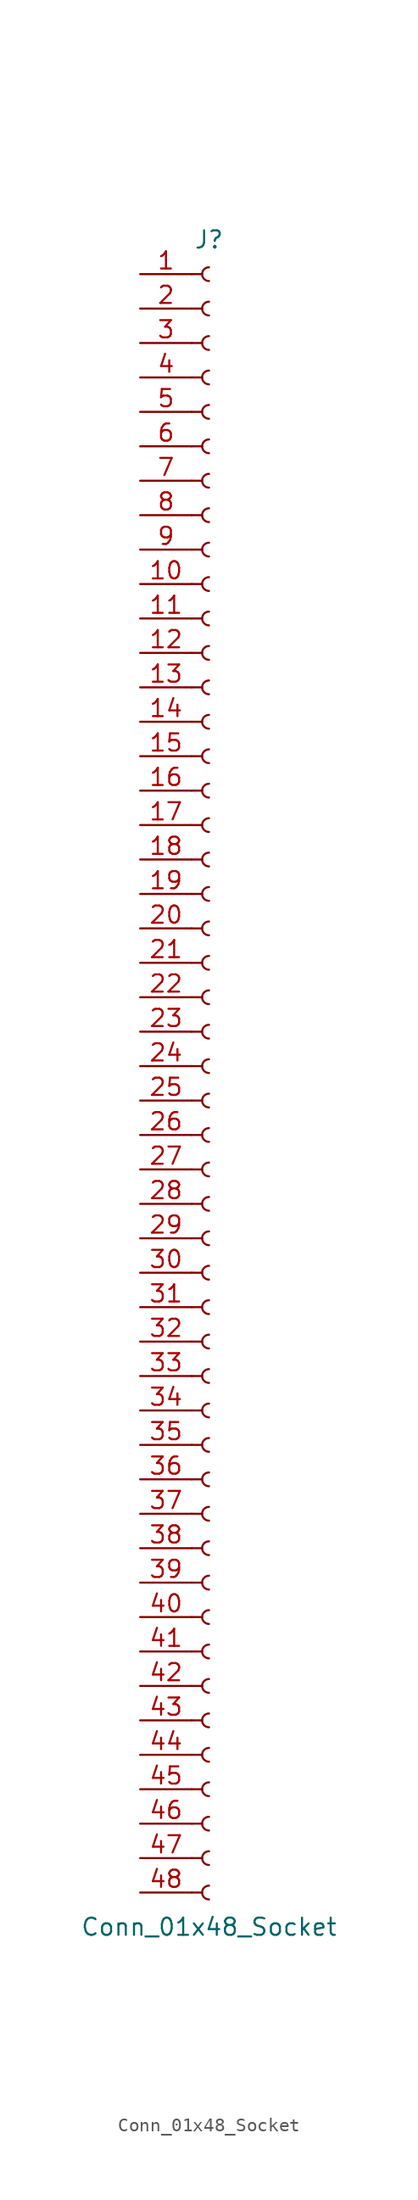
<source format=kicad_sym>
(kicad_symbol_lib
  (version 20241209)
  (generator "kicad_symbol_editor")
  (generator_version "9.0")
  (symbol "Conn_01x48_Socket"
    (pin_names
      (offset 1.016)
      (hide yes))
    (property "Reference" "J"
      (at 0 60.96 0)
      (effects (font (size 1.27 1.27))))
    (property "Value" "Conn_01x48_Socket"
      (at 0 -63.5 0)
      (effects (font (size 1.27 1.27))))
    (property "ki_locked" ""
      (at 0 0 0)
      (effects (font (size 1.27 1.27))))
    (symbol "Conn_01x48_Socket_1_1"
      (polyline (pts (xy -1.27 58.42) (xy -0.508 58.42)) (stroke (width 0.152) (type default)) (fill (type none)))
      (polyline (pts (xy -1.27 55.88) (xy -0.508 55.88)) (stroke (width 0.152) (type default)) (fill (type none)))
      (polyline (pts (xy -1.27 53.34) (xy -0.508 53.34)) (stroke (width 0.152) (type default)) (fill (type none)))
      (polyline (pts (xy -1.27 50.8) (xy -0.508 50.8)) (stroke (width 0.152) (type default)) (fill (type none)))
      (polyline (pts (xy -1.27 48.26) (xy -0.508 48.26)) (stroke (width 0.152) (type default)) (fill (type none)))
      (polyline (pts (xy -1.27 45.72) (xy -0.508 45.72)) (stroke (width 0.152) (type default)) (fill (type none)))
      (polyline (pts (xy -1.27 43.18) (xy -0.508 43.18)) (stroke (width 0.152) (type default)) (fill (type none)))
      (polyline (pts (xy -1.27 40.64) (xy -0.508 40.64)) (stroke (width 0.152) (type default)) (fill (type none)))
      (polyline (pts (xy -1.27 38.1) (xy -0.508 38.1)) (stroke (width 0.152) (type default)) (fill (type none)))
      (polyline (pts (xy -1.27 35.56) (xy -0.508 35.56)) (stroke (width 0.152) (type default)) (fill (type none)))
      (polyline (pts (xy -1.27 33.02) (xy -0.508 33.02)) (stroke (width 0.152) (type default)) (fill (type none)))
      (polyline (pts (xy -1.27 30.48) (xy -0.508 30.48)) (stroke (width 0.152) (type default)) (fill (type none)))
      (polyline (pts (xy -1.27 27.94) (xy -0.508 27.94)) (stroke (width 0.152) (type default)) (fill (type none)))
      (polyline (pts (xy -1.27 25.4) (xy -0.508 25.4)) (stroke (width 0.152) (type default)) (fill (type none)))
      (polyline (pts (xy -1.27 22.86) (xy -0.508 22.86)) (stroke (width 0.152) (type default)) (fill (type none)))
      (polyline (pts (xy -1.27 20.32) (xy -0.508 20.32)) (stroke (width 0.152) (type default)) (fill (type none)))
      (polyline (pts (xy -1.27 17.78) (xy -0.508 17.78)) (stroke (width 0.152) (type default)) (fill (type none)))
      (polyline (pts (xy -1.27 15.24) (xy -0.508 15.24)) (stroke (width 0.152) (type default)) (fill (type none)))
      (polyline (pts (xy -1.27 12.7) (xy -0.508 12.7)) (stroke (width 0.152) (type default)) (fill (type none)))
      (polyline (pts (xy -1.27 10.16) (xy -0.508 10.16)) (stroke (width 0.152) (type default)) (fill (type none)))
      (polyline (pts (xy -1.27 7.62) (xy -0.508 7.62)) (stroke (width 0.152) (type default)) (fill (type none)))
      (polyline (pts (xy -1.27 5.08) (xy -0.508 5.08)) (stroke (width 0.152) (type default)) (fill (type none)))
      (polyline (pts (xy -1.27 2.54) (xy -0.508 2.54)) (stroke (width 0.152) (type default)) (fill (type none)))
      (polyline (pts (xy -1.27 0) (xy -0.508 0)) (stroke (width 0.152) (type default)) (fill (type none)))
      (polyline (pts (xy -1.27 -2.54) (xy -0.508 -2.54)) (stroke (width 0.152) (type default)) (fill (type none)))
      (polyline (pts (xy -1.27 -5.08) (xy -0.508 -5.08)) (stroke (width 0.152) (type default)) (fill (type none)))
      (polyline (pts (xy -1.27 -7.62) (xy -0.508 -7.62)) (stroke (width 0.152) (type default)) (fill (type none)))
      (polyline (pts (xy -1.27 -10.16) (xy -0.508 -10.16)) (stroke (width 0.152) (type default)) (fill (type none)))
      (polyline (pts (xy -1.27 -12.7) (xy -0.508 -12.7)) (stroke (width 0.152) (type default)) (fill (type none)))
      (polyline (pts (xy -1.27 -15.24) (xy -0.508 -15.24)) (stroke (width 0.152) (type default)) (fill (type none)))
      (polyline (pts (xy -1.27 -17.78) (xy -0.508 -17.78)) (stroke (width 0.152) (type default)) (fill (type none)))
      (polyline (pts (xy -1.27 -20.32) (xy -0.508 -20.32)) (stroke (width 0.152) (type default)) (fill (type none)))
      (polyline (pts (xy -1.27 -22.86) (xy -0.508 -22.86)) (stroke (width 0.152) (type default)) (fill (type none)))
      (polyline (pts (xy -1.27 -25.4) (xy -0.508 -25.4)) (stroke (width 0.152) (type default)) (fill (type none)))
      (polyline (pts (xy -1.27 -27.94) (xy -0.508 -27.94)) (stroke (width 0.152) (type default)) (fill (type none)))
      (polyline (pts (xy -1.27 -30.48) (xy -0.508 -30.48)) (stroke (width 0.152) (type default)) (fill (type none)))
      (polyline (pts (xy -1.27 -33.02) (xy -0.508 -33.02)) (stroke (width 0.152) (type default)) (fill (type none)))
      (polyline (pts (xy -1.27 -35.56) (xy -0.508 -35.56)) (stroke (width 0.152) (type default)) (fill (type none)))
      (polyline (pts (xy -1.27 -38.1) (xy -0.508 -38.1)) (stroke (width 0.152) (type default)) (fill (type none)))
      (polyline (pts (xy -1.27 -40.64) (xy -0.508 -40.64)) (stroke (width 0.152) (type default)) (fill (type none)))
      (polyline (pts (xy -1.27 -43.18) (xy -0.508 -43.18)) (stroke (width 0.152) (type default)) (fill (type none)))
      (polyline (pts (xy -1.27 -45.72) (xy -0.508 -45.72)) (stroke (width 0.152) (type default)) (fill (type none)))
      (polyline (pts (xy -1.27 -48.26) (xy -0.508 -48.26)) (stroke (width 0.152) (type default)) (fill (type none)))
      (polyline (pts (xy -1.27 -50.8) (xy -0.508 -50.8)) (stroke (width 0.152) (type default)) (fill (type none)))
      (polyline (pts (xy -1.27 -53.34) (xy -0.508 -53.34)) (stroke (width 0.152) (type default)) (fill (type none)))
      (polyline (pts (xy -1.27 -55.88) (xy -0.508 -55.88)) (stroke (width 0.152) (type default)) (fill (type none)))
      (polyline (pts (xy -1.27 -58.42) (xy -0.508 -58.42)) (stroke (width 0.152) (type default)) (fill (type none)))
      (polyline (pts (xy -1.27 -60.96) (xy -0.508 -60.96)) (stroke (width 0.152) (type default)) (fill (type none)))
      (arc (start 0 57.912) (mid -0.5058 58.42) (end 0 58.928) (stroke (width 0.1524) (type default)) (fill (type none)))
      (arc (start 0 55.372) (mid -0.5058 55.88) (end 0 56.388) (stroke (width 0.1524) (type default)) (fill (type none)))
      (arc (start 0 52.832) (mid -0.5058 53.34) (end 0 53.848) (stroke (width 0.1524) (type default)) (fill (type none)))
      (arc (start 0 50.292) (mid -0.5058 50.8) (end 0 51.308) (stroke (width 0.1524) (type default)) (fill (type none)))
      (arc (start 0 47.752) (mid -0.5058 48.26) (end 0 48.768) (stroke (width 0.1524) (type default)) (fill (type none)))
      (arc (start 0 45.212) (mid -0.5058 45.72) (end 0 46.228) (stroke (width 0.1524) (type default)) (fill (type none)))
      (arc (start 0 42.672) (mid -0.5058 43.18) (end 0 43.688) (stroke (width 0.1524) (type default)) (fill (type none)))
      (arc (start 0 40.132) (mid -0.5058 40.64) (end 0 41.148) (stroke (width 0.1524) (type default)) (fill (type none)))
      (arc (start 0 37.592) (mid -0.5058 38.1) (end 0 38.608) (stroke (width 0.1524) (type default)) (fill (type none)))
      (arc (start 0 35.052) (mid -0.5058 35.56) (end 0 36.068) (stroke (width 0.1524) (type default)) (fill (type none)))
      (arc (start 0 32.512) (mid -0.5058 33.02) (end 0 33.528) (stroke (width 0.1524) (type default)) (fill (type none)))
      (arc (start 0 29.972) (mid -0.5058 30.48) (end 0 30.988) (stroke (width 0.1524) (type default)) (fill (type none)))
      (arc (start 0 27.432) (mid -0.5058 27.94) (end 0 28.448) (stroke (width 0.1524) (type default)) (fill (type none)))
      (arc (start 0 24.892) (mid -0.5058 25.4) (end 0 25.908) (stroke (width 0.1524) (type default)) (fill (type none)))
      (arc (start 0 22.352) (mid -0.5058 22.86) (end 0 23.368) (stroke (width 0.1524) (type default)) (fill (type none)))
      (arc (start 0 19.812) (mid -0.5058 20.32) (end 0 20.828) (stroke (width 0.1524) (type default)) (fill (type none)))
      (arc (start 0 17.272) (mid -0.5058 17.78) (end 0 18.288) (stroke (width 0.1524) (type default)) (fill (type none)))
      (arc (start 0 14.732) (mid -0.5058 15.24) (end 0 15.748) (stroke (width 0.1524) (type default)) (fill (type none)))
      (arc (start 0 12.192) (mid -0.5058 12.7) (end 0 13.208) (stroke (width 0.1524) (type default)) (fill (type none)))
      (arc (start 0 9.652) (mid -0.5058 10.16) (end 0 10.668) (stroke (width 0.1524) (type default)) (fill (type none)))
      (arc (start 0 7.112) (mid -0.5058 7.62) (end 0 8.128) (stroke (width 0.1524) (type default)) (fill (type none)))
      (arc (start 0 4.572) (mid -0.5058 5.08) (end 0 5.588) (stroke (width 0.1524) (type default)) (fill (type none)))
      (arc (start 0 2.032) (mid -0.5058 2.54) (end 0 3.048) (stroke (width 0.1524) (type default)) (fill (type none)))
      (arc (start 0 -0.508) (mid -0.5058 0) (end 0 0.508) (stroke (width 0.1524) (type default)) (fill (type none)))
      (arc (start 0 -3.048) (mid -0.5058 -2.54) (end 0 -2.032) (stroke (width 0.1524) (type default)) (fill (type none)))
      (arc (start 0 -5.588) (mid -0.5058 -5.08) (end 0 -4.572) (stroke (width 0.1524) (type default)) (fill (type none)))
      (arc (start 0 -8.128) (mid -0.5058 -7.62) (end 0 -7.112) (stroke (width 0.1524) (type default)) (fill (type none)))
      (arc (start 0 -10.668) (mid -0.5058 -10.16) (end 0 -9.652) (stroke (width 0.1524) (type default)) (fill (type none)))
      (arc (start 0 -13.208) (mid -0.5058 -12.7) (end 0 -12.192) (stroke (width 0.1524) (type default)) (fill (type none)))
      (arc (start 0 -15.748) (mid -0.5058 -15.24) (end 0 -14.732) (stroke (width 0.1524) (type default)) (fill (type none)))
      (arc (start 0 -18.288) (mid -0.5058 -17.78) (end 0 -17.272) (stroke (width 0.1524) (type default)) (fill (type none)))
      (arc (start 0 -20.828) (mid -0.5058 -20.32) (end 0 -19.812) (stroke (width 0.1524) (type default)) (fill (type none)))
      (arc (start 0 -23.368) (mid -0.5058 -22.86) (end 0 -22.352) (stroke (width 0.1524) (type default)) (fill (type none)))
      (arc (start 0 -25.908) (mid -0.5058 -25.4) (end 0 -24.892) (stroke (width 0.1524) (type default)) (fill (type none)))
      (arc (start 0 -28.448) (mid -0.5058 -27.94) (end 0 -27.432) (stroke (width 0.1524) (type default)) (fill (type none)))
      (arc (start 0 -30.988) (mid -0.5058 -30.48) (end 0 -29.972) (stroke (width 0.1524) (type default)) (fill (type none)))
      (arc (start 0 -33.528) (mid -0.5058 -33.02) (end 0 -32.512) (stroke (width 0.1524) (type default)) (fill (type none)))
      (arc (start 0 -36.068) (mid -0.5058 -35.56) (end 0 -35.052) (stroke (width 0.1524) (type default)) (fill (type none)))
      (arc (start 0 -38.608) (mid -0.5058 -38.1) (end 0 -37.592) (stroke (width 0.1524) (type default)) (fill (type none)))
      (arc (start 0 -41.148) (mid -0.5058 -40.64) (end 0 -40.132) (stroke (width 0.1524) (type default)) (fill (type none)))
      (arc (start 0 -43.688) (mid -0.5058 -43.18) (end 0 -42.672) (stroke (width 0.1524) (type default)) (fill (type none)))
      (arc (start 0 -46.228) (mid -0.5058 -45.72) (end 0 -45.212) (stroke (width 0.1524) (type default)) (fill (type none)))
      (arc (start 0 -48.768) (mid -0.5058 -48.26) (end 0 -47.752) (stroke (width 0.1524) (type default)) (fill (type none)))
      (arc (start 0 -51.308) (mid -0.5058 -50.8) (end 0 -50.292) (stroke (width 0.1524) (type default)) (fill (type none)))
      (arc (start 0 -53.848) (mid -0.5058 -53.34) (end 0 -52.832) (stroke (width 0.1524) (type default)) (fill (type none)))
      (arc (start 0 -56.388) (mid -0.5058 -55.88) (end 0 -55.372) (stroke (width 0.1524) (type default)) (fill (type none)))
      (arc (start 0 -58.928) (mid -0.5058 -58.42) (end 0 -57.912) (stroke (width 0.1524) (type default)) (fill (type none)))
      (arc (start 0 -61.468) (mid -0.5058 -60.96) (end 0 -60.452) (stroke (width 0.1524) (type default)) (fill (type none)))
      (pin passive line (at -5.08 58.42 0) (length 3.81) (name "Pin_1" (effects (font (size 1.27 1.27)))) (number "1" (effects (font (size 1.27 1.27)))))
      (pin passive line (at -5.08 55.88 0) (length 3.81) (name "Pin_2" (effects (font (size 1.27 1.27)))) (number "2" (effects (font (size 1.27 1.27)))))
      (pin passive line (at -5.08 53.34 0) (length 3.81) (name "Pin_3" (effects (font (size 1.27 1.27)))) (number "3" (effects (font (size 1.27 1.27)))))
      (pin passive line (at -5.08 50.8 0) (length 3.81) (name "Pin_4" (effects (font (size 1.27 1.27)))) (number "4" (effects (font (size 1.27 1.27)))))
      (pin passive line (at -5.08 48.26 0) (length 3.81) (name "Pin_5" (effects (font (size 1.27 1.27)))) (number "5" (effects (font (size 1.27 1.27)))))
      (pin passive line (at -5.08 45.72 0) (length 3.81) (name "Pin_6" (effects (font (size 1.27 1.27)))) (number "6" (effects (font (size 1.27 1.27)))))
      (pin passive line (at -5.08 43.18 0) (length 3.81) (name "Pin_7" (effects (font (size 1.27 1.27)))) (number "7" (effects (font (size 1.27 1.27)))))
      (pin passive line (at -5.08 40.64 0) (length 3.81) (name "Pin_8" (effects (font (size 1.27 1.27)))) (number "8" (effects (font (size 1.27 1.27)))))
      (pin passive line (at -5.08 38.1 0) (length 3.81) (name "Pin_9" (effects (font (size 1.27 1.27)))) (number "9" (effects (font (size 1.27 1.27)))))
      (pin passive line (at -5.08 35.56 0) (length 3.81) (name "Pin_10" (effects (font (size 1.27 1.27)))) (number "10" (effects (font (size 1.27 1.27)))))
      (pin passive line (at -5.08 33.02 0) (length 3.81) (name "Pin_11" (effects (font (size 1.27 1.27)))) (number "11" (effects (font (size 1.27 1.27)))))
      (pin passive line (at -5.08 30.48 0) (length 3.81) (name "Pin_12" (effects (font (size 1.27 1.27)))) (number "12" (effects (font (size 1.27 1.27)))))
      (pin passive line (at -5.08 27.94 0) (length 3.81) (name "Pin_13" (effects (font (size 1.27 1.27)))) (number "13" (effects (font (size 1.27 1.27)))))
      (pin passive line (at -5.08 25.4 0) (length 3.81) (name "Pin_14" (effects (font (size 1.27 1.27)))) (number "14" (effects (font (size 1.27 1.27)))))
      (pin passive line (at -5.08 22.86 0) (length 3.81) (name "Pin_15" (effects (font (size 1.27 1.27)))) (number "15" (effects (font (size 1.27 1.27)))))
      (pin passive line (at -5.08 20.32 0) (length 3.81) (name "Pin_16" (effects (font (size 1.27 1.27)))) (number "16" (effects (font (size 1.27 1.27)))))
      (pin passive line (at -5.08 17.78 0) (length 3.81) (name "Pin_17" (effects (font (size 1.27 1.27)))) (number "17" (effects (font (size 1.27 1.27)))))
      (pin passive line (at -5.08 15.24 0) (length 3.81) (name "Pin_18" (effects (font (size 1.27 1.27)))) (number "18" (effects (font (size 1.27 1.27)))))
      (pin passive line (at -5.08 12.7 0) (length 3.81) (name "Pin_19" (effects (font (size 1.27 1.27)))) (number "19" (effects (font (size 1.27 1.27)))))
      (pin passive line (at -5.08 10.16 0) (length 3.81) (name "Pin_20" (effects (font (size 1.27 1.27)))) (number "20" (effects (font (size 1.27 1.27)))))
      (pin passive line (at -5.08 7.62 0) (length 3.81) (name "Pin_21" (effects (font (size 1.27 1.27)))) (number "21" (effects (font (size 1.27 1.27)))))
      (pin passive line (at -5.08 5.08 0) (length 3.81) (name "Pin_22" (effects (font (size 1.27 1.27)))) (number "22" (effects (font (size 1.27 1.27)))))
      (pin passive line (at -5.08 2.54 0) (length 3.81) (name "Pin_23" (effects (font (size 1.27 1.27)))) (number "23" (effects (font (size 1.27 1.27)))))
      (pin passive line (at -5.08 0 0) (length 3.81) (name "Pin_24" (effects (font (size 1.27 1.27)))) (number "24" (effects (font (size 1.27 1.27)))))
      (pin passive line (at -5.08 -2.54 0) (length 3.81) (name "Pin_25" (effects (font (size 1.27 1.27)))) (number "25" (effects (font (size 1.27 1.27)))))
      (pin passive line (at -5.08 -5.08 0) (length 3.81) (name "Pin_26" (effects (font (size 1.27 1.27)))) (number "26" (effects (font (size 1.27 1.27)))))
      (pin passive line (at -5.08 -7.62 0) (length 3.81) (name "Pin_27" (effects (font (size 1.27 1.27)))) (number "27" (effects (font (size 1.27 1.27)))))
      (pin passive line (at -5.08 -10.16 0) (length 3.81) (name "Pin_28" (effects (font (size 1.27 1.27)))) (number "28" (effects (font (size 1.27 1.27)))))
      (pin passive line (at -5.08 -12.7 0) (length 3.81) (name "Pin_29" (effects (font (size 1.27 1.27)))) (number "29" (effects (font (size 1.27 1.27)))))
      (pin passive line (at -5.08 -15.24 0) (length 3.81) (name "Pin_30" (effects (font (size 1.27 1.27)))) (number "30" (effects (font (size 1.27 1.27)))))
      (pin passive line (at -5.08 -17.78 0) (length 3.81) (name "Pin_31" (effects (font (size 1.27 1.27)))) (number "31" (effects (font (size 1.27 1.27)))))
      (pin passive line (at -5.08 -20.32 0) (length 3.81) (name "Pin_32" (effects (font (size 1.27 1.27)))) (number "32" (effects (font (size 1.27 1.27)))))
      (pin passive line (at -5.08 -22.86 0) (length 3.81) (name "Pin_33" (effects (font (size 1.27 1.27)))) (number "33" (effects (font (size 1.27 1.27)))))
      (pin passive line (at -5.08 -25.4 0) (length 3.81) (name "Pin_34" (effects (font (size 1.27 1.27)))) (number "34" (effects (font (size 1.27 1.27)))))
      (pin passive line (at -5.08 -27.94 0) (length 3.81) (name "Pin_35" (effects (font (size 1.27 1.27)))) (number "35" (effects (font (size 1.27 1.27)))))
      (pin passive line (at -5.08 -30.48 0) (length 3.81) (name "Pin_36" (effects (font (size 1.27 1.27)))) (number "36" (effects (font (size 1.27 1.27)))))
      (pin passive line (at -5.08 -33.02 0) (length 3.81) (name "Pin_37" (effects (font (size 1.27 1.27)))) (number "37" (effects (font (size 1.27 1.27)))))
      (pin passive line (at -5.08 -35.56 0) (length 3.81) (name "Pin_38" (effects (font (size 1.27 1.27)))) (number "38" (effects (font (size 1.27 1.27)))))
      (pin passive line (at -5.08 -38.1 0) (length 3.81) (name "Pin_39" (effects (font (size 1.27 1.27)))) (number "39" (effects (font (size 1.27 1.27)))))
      (pin passive line (at -5.08 -40.64 0) (length 3.81) (name "Pin_40" (effects (font (size 1.27 1.27)))) (number "40" (effects (font (size 1.27 1.27)))))
      (pin passive line (at -5.08 -43.18 0) (length 3.81) (name "Pin_41" (effects (font (size 1.27 1.27)))) (number "41" (effects (font (size 1.27 1.27)))))
      (pin passive line (at -5.08 -45.72 0) (length 3.81) (name "Pin_42" (effects (font (size 1.27 1.27)))) (number "42" (effects (font (size 1.27 1.27)))))
      (pin passive line (at -5.08 -48.26 0) (length 3.81) (name "Pin_43" (effects (font (size 1.27 1.27)))) (number "43" (effects (font (size 1.27 1.27)))))
      (pin passive line (at -5.08 -50.8 0) (length 3.81) (name "Pin_44" (effects (font (size 1.27 1.27)))) (number "44" (effects (font (size 1.27 1.27)))))
      (pin passive line (at -5.08 -53.34 0) (length 3.81) (name "Pin_45" (effects (font (size 1.27 1.27)))) (number "45" (effects (font (size 1.27 1.27)))))
      (pin passive line (at -5.08 -55.88 0) (length 3.81) (name "Pin_46" (effects (font (size 1.27 1.27)))) (number "46" (effects (font (size 1.27 1.27)))))
      (pin passive line (at -5.08 -58.42 0) (length 3.81) (name "Pin_47" (effects (font (size 1.27 1.27)))) (number "47" (effects (font (size 1.27 1.27)))))
      (pin passive line (at -5.08 -60.96 0) (length 3.81) (name "Pin_48" (effects (font (size 1.27 1.27)))) (number "48" (effects (font (size 1.27 1.27))))))))
</source>
